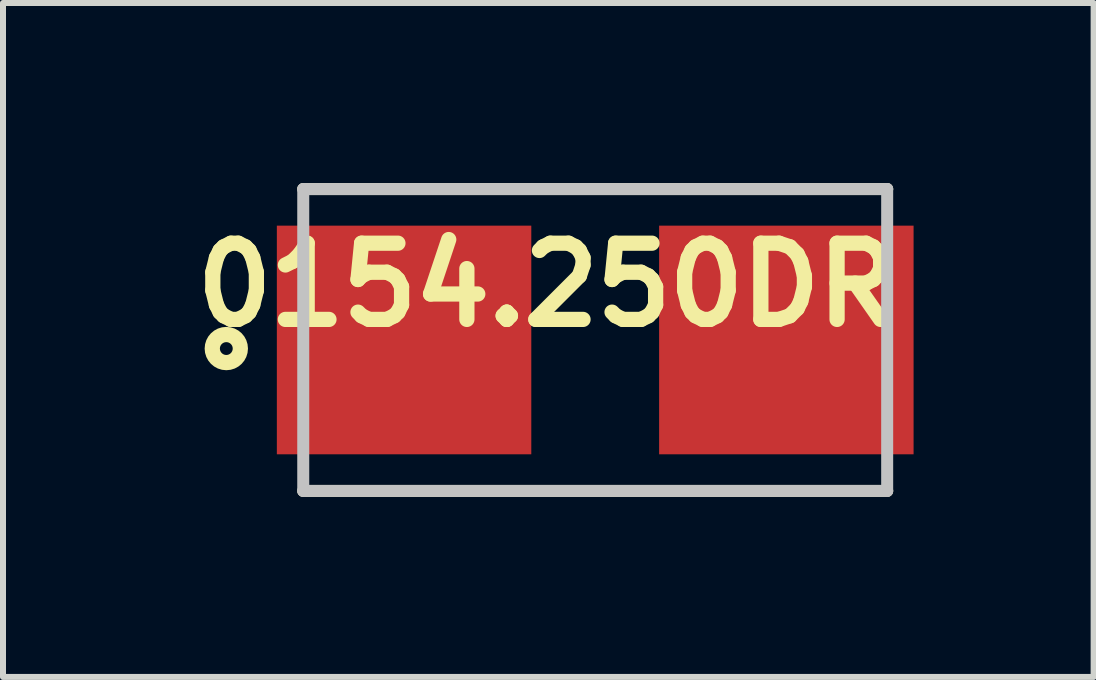
<source format=kicad_pcb>
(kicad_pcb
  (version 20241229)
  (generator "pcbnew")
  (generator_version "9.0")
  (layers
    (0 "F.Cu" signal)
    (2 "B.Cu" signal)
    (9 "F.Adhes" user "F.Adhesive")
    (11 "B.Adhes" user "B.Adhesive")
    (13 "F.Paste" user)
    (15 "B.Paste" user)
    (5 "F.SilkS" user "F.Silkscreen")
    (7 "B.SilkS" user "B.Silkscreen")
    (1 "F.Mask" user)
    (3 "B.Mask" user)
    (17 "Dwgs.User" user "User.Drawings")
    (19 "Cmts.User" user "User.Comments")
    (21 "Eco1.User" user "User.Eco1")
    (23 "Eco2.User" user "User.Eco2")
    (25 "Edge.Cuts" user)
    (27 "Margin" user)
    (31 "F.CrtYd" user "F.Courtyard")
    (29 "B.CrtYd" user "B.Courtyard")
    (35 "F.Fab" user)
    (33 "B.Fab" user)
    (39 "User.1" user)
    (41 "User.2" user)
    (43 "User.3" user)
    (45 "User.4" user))
  (footprint "0154.250DR"
    (layer "F.Cu")
    (at 6.868 2.615)
    (property "Reference" "0154.250DR" (at -0.808 -0.917 180) (layer "F.SilkS") (effects (font (size 1.27 1.27) (thickness 0.254))))
    (attr smd)
    (fp_line (start -4.865 -2.515) (end 4.865 -2.515) (stroke (width 0.2) (type solid)) (layer "F.SilkS"))
    (fp_line (start -4.865 2.515) (end 4.865 2.515) (stroke (width 0.2) (type solid)) (layer "F.SilkS"))
    (fp_circle (center -6.147 0.143) (end -6.254 0.143) (stroke (width 0.254) (type solid)) (fill no) (layer "F.SilkS"))
    (fp_line (start -4.865 -2.515) (end 4.865 -2.515) (stroke (width 0.2) (type solid)) (layer "Dwgs.User"))
    (fp_line (start -4.865 2.515) (end -4.865 -2.515) (stroke (width 0.2) (type solid)) (layer "Dwgs.User"))
    (fp_line (start 4.865 -2.515) (end 4.865 2.515) (stroke (width 0.2) (type solid)) (layer "Dwgs.User"))
    (fp_line (start 4.865 2.515) (end -4.865 2.515) (stroke (width 0.2) (type solid)) (layer "Dwgs.User"))
    (pad "1" smd rect (at -3.185 0 90) (size 3.81 4.24) (layers "F.Cu" "F.Mask" "F.Paste"))
    (pad "2" smd rect (at 3.185 0 90) (size 3.81 4.24) (layers "F.Cu" "F.Mask" "F.Paste")))
  (gr_rect
    (start -3 -3)
    (end 15.173 8.23)
    (stroke (width 0.1) (type default))
    (fill no)
    (layer "Edge.Cuts")))
</source>
